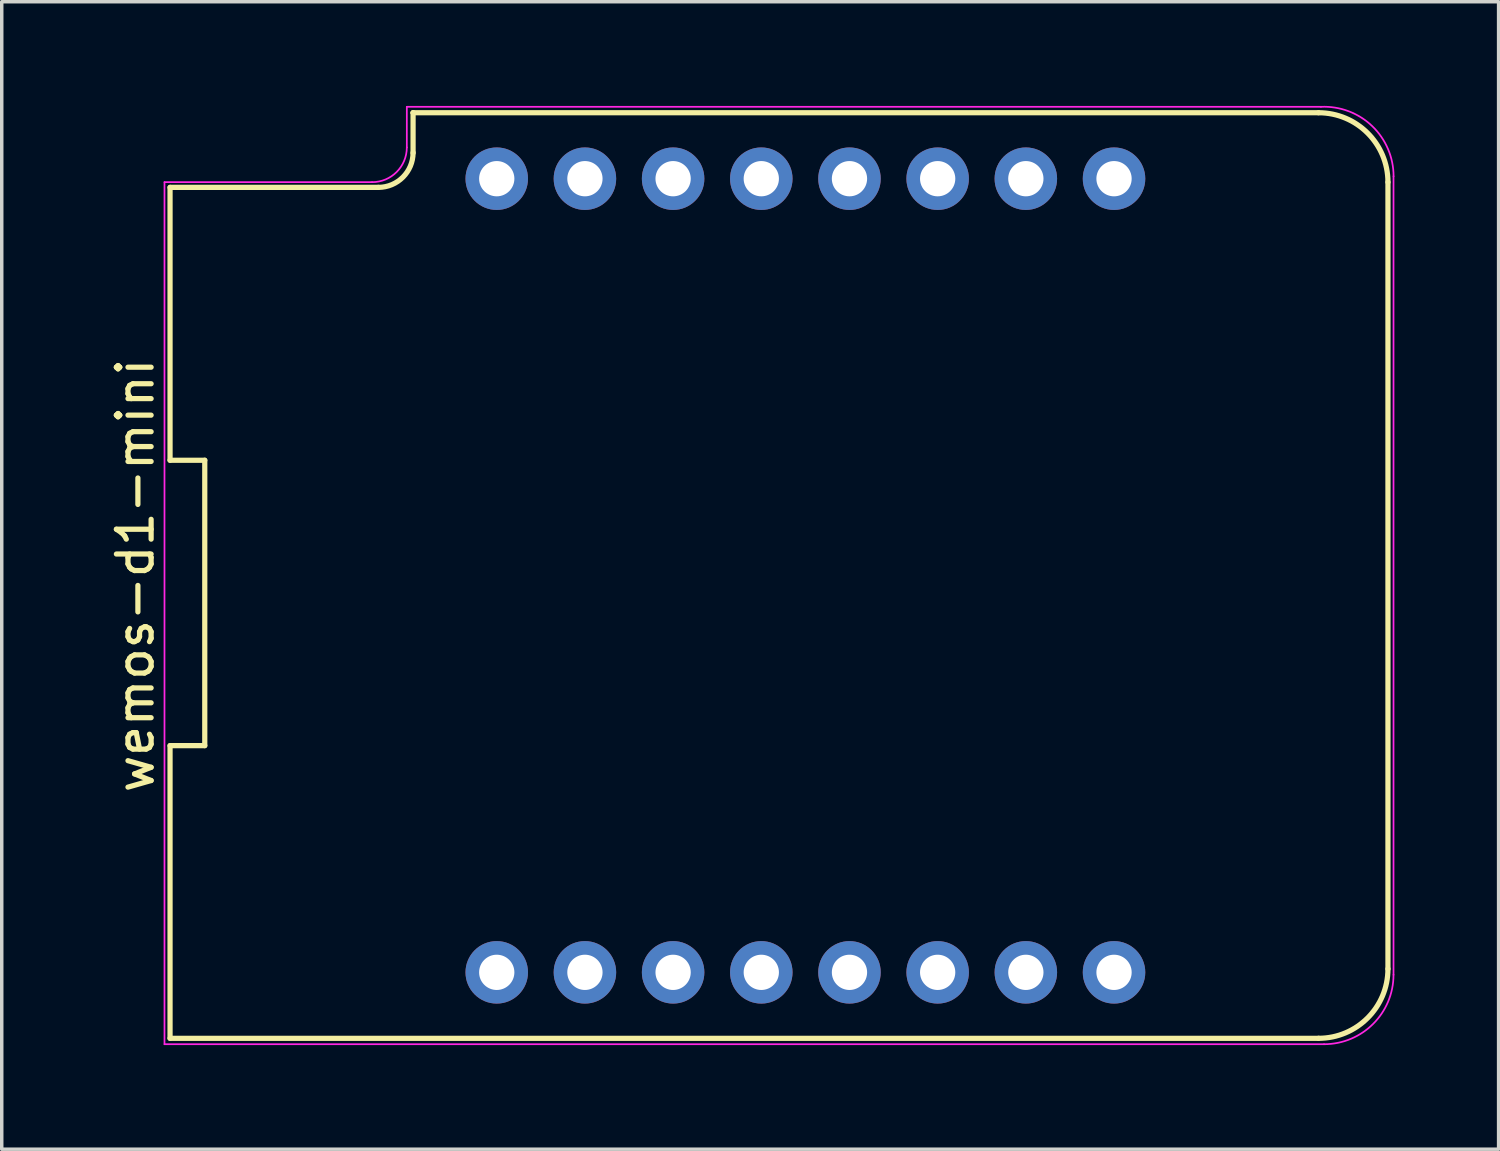
<source format=kicad_pcb>
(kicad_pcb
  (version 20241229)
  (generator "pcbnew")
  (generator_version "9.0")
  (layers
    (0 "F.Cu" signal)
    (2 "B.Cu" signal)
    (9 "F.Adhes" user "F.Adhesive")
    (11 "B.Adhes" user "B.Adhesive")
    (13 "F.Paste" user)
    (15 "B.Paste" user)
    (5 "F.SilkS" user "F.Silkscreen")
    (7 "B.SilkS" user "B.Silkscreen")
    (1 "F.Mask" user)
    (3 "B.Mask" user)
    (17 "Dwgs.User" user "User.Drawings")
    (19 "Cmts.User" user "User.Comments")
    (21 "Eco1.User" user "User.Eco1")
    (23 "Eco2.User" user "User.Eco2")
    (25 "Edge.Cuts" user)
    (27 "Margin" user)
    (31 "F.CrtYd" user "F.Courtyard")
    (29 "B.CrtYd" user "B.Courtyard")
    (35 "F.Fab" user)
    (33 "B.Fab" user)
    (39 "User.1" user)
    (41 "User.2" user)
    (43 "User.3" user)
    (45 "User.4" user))
  (footprint "wemos-d1-mini"
    (layer "F.Cu")
    (at 20.148 13.527)
    (property "Reference" "wemos-d1-mini" (at -19.3 0 90) (layer "F.SilkS") (effects (font (size 1 1) (thickness 0.15))))
    (attr through_hole)
    (fp_line (start -18.3 -11.18) (end -18.3 -3.32) (stroke (width 0.15) (type solid)) (layer "F.SilkS"))
    (fp_line (start -18.3 -11.18) (end -12.3 -11.18) (stroke (width 0.15) (type solid)) (layer "F.SilkS"))
    (fp_line (start -18.3 -3.32) (end -17.3 -3.32) (stroke (width 0.15) (type solid)) (layer "F.SilkS"))
    (fp_line (start -18.3 4.9) (end -18.3 13.33) (stroke (width 0.15) (type solid)) (layer "F.SilkS"))
    (fp_line (start -18.3 13.33) (end 14.78 13.33) (stroke (width 0.15) (type solid)) (layer "F.SilkS"))
    (fp_line (start -17.3 -3.32) (end -17.3 4.9) (stroke (width 0.15) (type solid)) (layer "F.SilkS"))
    (fp_line (start -17.3 4.9) (end -18.3 4.9) (stroke (width 0.15) (type solid)) (layer "F.SilkS"))
    (fp_line (start -11.3 -13.33) (end -11.3 -13.33) (stroke (width 0.15) (type solid)) (layer "F.SilkS"))
    (fp_line (start -11.3 -12.17) (end -11.3 -13.33) (stroke (width 0.15) (type solid)) (layer "F.SilkS"))
    (fp_line (start 14.78 -13.33) (end -11.3 -13.33) (stroke (width 0.15) (type solid)) (layer "F.SilkS"))
    (fp_line (start 16.78 11.33) (end 16.78 -11.33) (stroke (width 0.15) (type solid)) (layer "F.SilkS"))
    (fp_arc (start -11.3 -12.18) (mid -11.592893 -11.472893) (end -12.3 -11.18) (stroke (width 0.15) (type solid)) (layer "F.SilkS"))
    (fp_arc (start 14.78 -13.33) (mid 16.194214 -12.744214) (end 16.78 -11.33) (stroke (width 0.15) (type solid)) (layer "F.SilkS"))
    (fp_arc (start 16.78 11.33) (mid 16.194214 12.744214) (end 14.78 13.33) (stroke (width 0.15) (type solid)) (layer "F.SilkS"))
    (fp_line (start -18.46 -11.33) (end -12.48 -11.33) (stroke (width 0.05) (type solid)) (layer "F.CrtYd"))
    (fp_line (start -18.46 13.5) (end -18.46 -11.33) (stroke (width 0.05) (type solid)) (layer "F.CrtYd"))
    (fp_line (start -11.48 -13.5) (end -11.48 -12.33) (stroke (width 0.05) (type solid)) (layer "F.CrtYd"))
    (fp_line (start -11.48 -13.5) (end 14.85 -13.5) (stroke (width 0.05) (type solid)) (layer "F.CrtYd"))
    (fp_line (start 14.94 13.5) (end -18.46 13.5) (stroke (width 0.05) (type solid)) (layer "F.CrtYd"))
    (fp_line (start 16.94 -11.5) (end 16.94 11.5) (stroke (width 0.05) (type solid)) (layer "F.CrtYd"))
    (fp_arc (start -11.48 -12.33) (mid -11.772893 -11.622893) (end -12.48 -11.33) (stroke (width 0.05) (type solid)) (layer "F.CrtYd"))
    (fp_arc (start 14.85 -13.5) (mid 16.323459 -12.947115) (end 16.942024 -11.5) (stroke (width 0.05) (type solid)) (layer "F.CrtYd"))
    (fp_arc (start 16.94 11.5) (mid 16.354214 12.914214) (end 14.94 13.5) (stroke (width 0.05) (type solid)) (layer "F.CrtYd"))
    (pad "1" thru_hole circle (at -8.89 11.43) (size 1.8 1.8) (drill 1.016) (layers "*.Cu" "*.Mask"))
    (pad "2" thru_hole circle (at -6.35 11.43) (size 1.8 1.8) (drill 1.016) (layers "*.Cu" "*.Mask"))
    (pad "3" thru_hole circle (at -3.81 11.43) (size 1.8 1.8) (drill 1.016) (layers "*.Cu" "*.Mask"))
    (pad "4" thru_hole circle (at -1.27 11.43) (size 1.8 1.8) (drill 1.016) (layers "*.Cu" "*.Mask"))
    (pad "5" thru_hole circle (at 1.27 11.43) (size 1.8 1.8) (drill 1.016) (layers "*.Cu" "*.Mask"))
    (pad "6" thru_hole circle (at 3.81 11.43) (size 1.8 1.8) (drill 1.016) (layers "*.Cu" "*.Mask"))
    (pad "7" thru_hole circle (at 6.35 11.43) (size 1.8 1.8) (drill 1.016) (layers "*.Cu" "*.Mask"))
    (pad "8" thru_hole circle (at 8.89 11.43) (size 1.8 1.8) (drill 1.016) (layers "*.Cu" "*.Mask"))
    (pad "9" thru_hole circle (at 8.89 -11.43) (size 1.8 1.8) (drill 1.016) (layers "*.Cu" "*.Mask"))
    (pad "10" thru_hole circle (at 6.35 -11.43) (size 1.8 1.8) (drill 1.016) (layers "*.Cu" "*.Mask"))
    (pad "11" thru_hole circle (at 3.81 -11.43) (size 1.8 1.8) (drill 1.016) (layers "*.Cu" "*.Mask"))
    (pad "12" thru_hole circle (at 1.27 -11.43) (size 1.8 1.8) (drill 1.016) (layers "*.Cu" "*.Mask"))
    (pad "13" thru_hole circle (at -1.27 -11.43) (size 1.8 1.8) (drill 1.016) (layers "*.Cu" "*.Mask"))
    (pad "14" thru_hole circle (at -3.81 -11.43) (size 1.8 1.8) (drill 1.016) (layers "*.Cu" "*.Mask"))
    (pad "15" thru_hole circle (at -6.35 -11.43) (size 1.8 1.8) (drill 1.016) (layers "*.Cu" "*.Mask"))
    (pad "16" thru_hole circle (at -8.89 -11.43) (size 1.8 1.8) (drill 1.016) (layers "*.Cu" "*.Mask")))
  (gr_rect
    (start -3 -3)
    (end 40.115 30.052)
    (stroke (width 0.1) (type default))
    (fill no)
    (layer "Edge.Cuts")))
</source>
